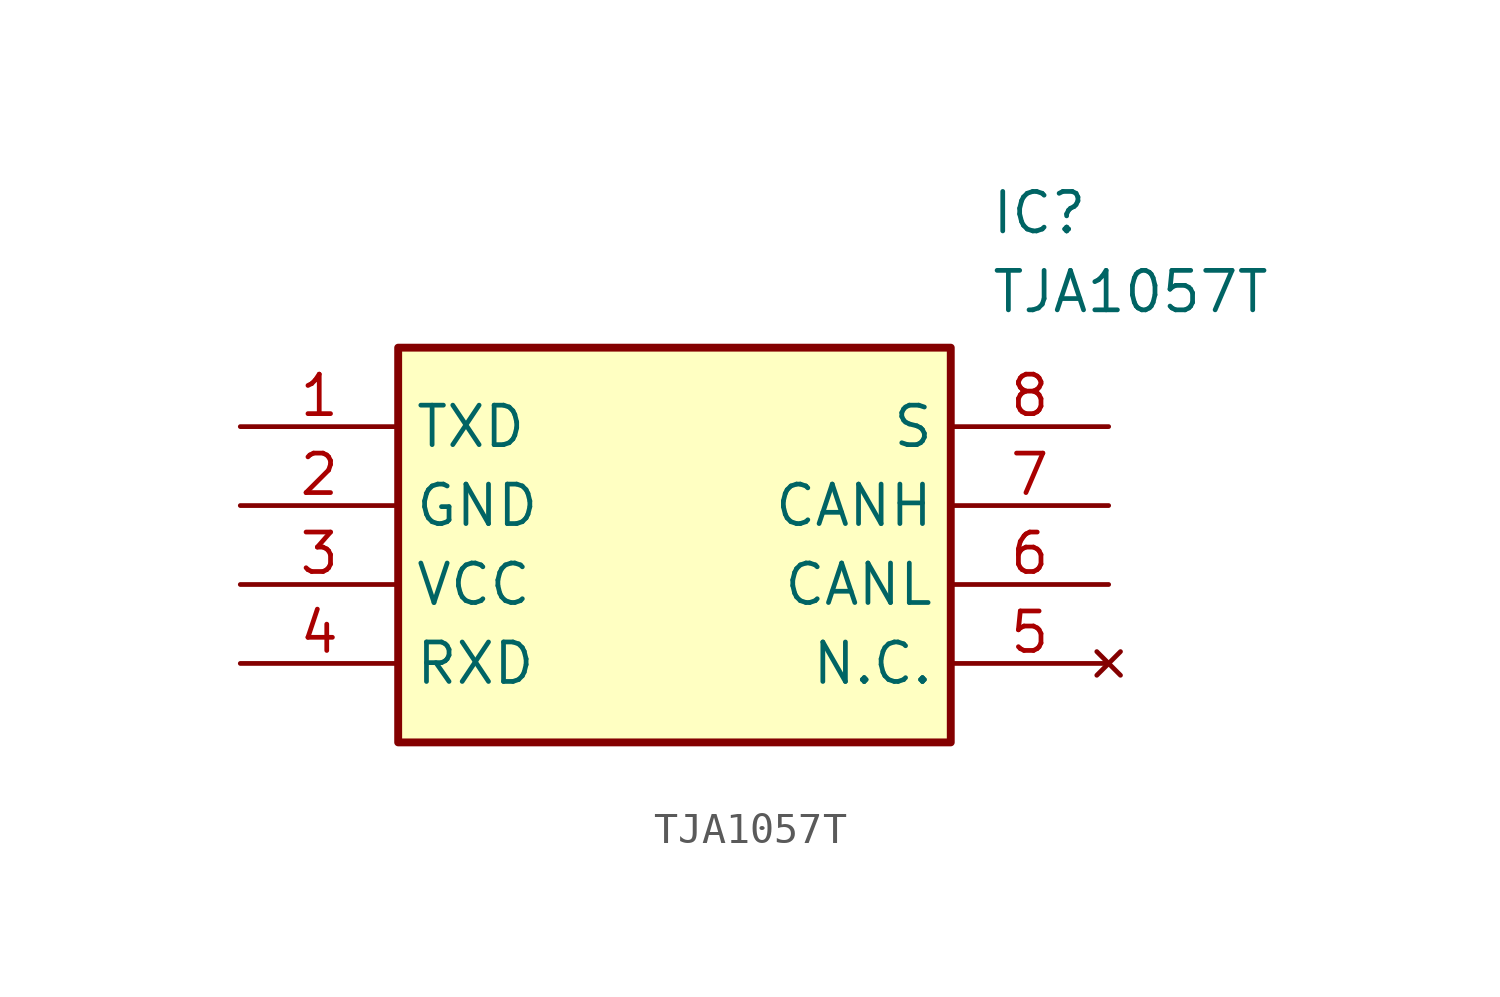
<source format=kicad_sym>
(kicad_symbol_lib
  (version 20211014)
  (generator SamacSys_ECAD_Model)
  (symbol "TJA1057T"
    (property "Reference" "IC"
      (at 24.13 7.62 0)
      (effects (font (size 1.27 1.27)) (justify left top)))
    (property "Value" "TJA1057T"
      (at 24.13 5.08 0)
      (effects (font (size 1.27 1.27)) (justify left top)))
    (rectangle
      (start 5.08 2.54)
      (end 22.86 -10.16)
      (stroke (width 0.254) (type default))
      (fill (type background)))
    (pin passive line
      (at 0 0 0)
      (length 5.08)
      (name "TXD" (effects (font (size 1.27 1.27))))
      (number "1" (effects (font (size 1.27 1.27)))))
    (pin passive line
      (at 0 -2.54 0)
      (length 5.08)
      (name "GND" (effects (font (size 1.27 1.27))))
      (number "2" (effects (font (size 1.27 1.27)))))
    (pin passive line
      (at 0 -5.08 0)
      (length 5.08)
      (name "VCC" (effects (font (size 1.27 1.27))))
      (number "3" (effects (font (size 1.27 1.27)))))
    (pin passive line
      (at 0 -7.62 0)
      (length 5.08)
      (name "RXD" (effects (font (size 1.27 1.27))))
      (number "4" (effects (font (size 1.27 1.27)))))
    (pin passive line
      (at 27.94 0 180)
      (length 5.08)
      (name "S" (effects (font (size 1.27 1.27))))
      (number "8" (effects (font (size 1.27 1.27)))))
    (pin passive line
      (at 27.94 -2.54 180)
      (length 5.08)
      (name "CANH" (effects (font (size 1.27 1.27))))
      (number "7" (effects (font (size 1.27 1.27)))))
    (pin passive line
      (at 27.94 -5.08 180)
      (length 5.08)
      (name "CANL" (effects (font (size 1.27 1.27))))
      (number "6" (effects (font (size 1.27 1.27)))))
    (pin no_connect line
      (at 27.94 -7.62 180)
      (length 5.08)
      (name "N.C." (effects (font (size 1.27 1.27))))
      (number "5" (effects (font (size 1.27 1.27)))))))
</source>
